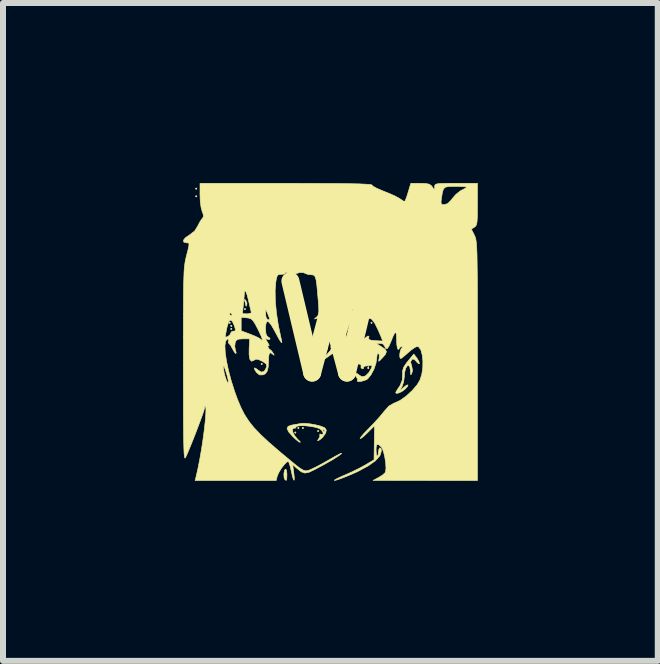
<source format=kicad_pcb>
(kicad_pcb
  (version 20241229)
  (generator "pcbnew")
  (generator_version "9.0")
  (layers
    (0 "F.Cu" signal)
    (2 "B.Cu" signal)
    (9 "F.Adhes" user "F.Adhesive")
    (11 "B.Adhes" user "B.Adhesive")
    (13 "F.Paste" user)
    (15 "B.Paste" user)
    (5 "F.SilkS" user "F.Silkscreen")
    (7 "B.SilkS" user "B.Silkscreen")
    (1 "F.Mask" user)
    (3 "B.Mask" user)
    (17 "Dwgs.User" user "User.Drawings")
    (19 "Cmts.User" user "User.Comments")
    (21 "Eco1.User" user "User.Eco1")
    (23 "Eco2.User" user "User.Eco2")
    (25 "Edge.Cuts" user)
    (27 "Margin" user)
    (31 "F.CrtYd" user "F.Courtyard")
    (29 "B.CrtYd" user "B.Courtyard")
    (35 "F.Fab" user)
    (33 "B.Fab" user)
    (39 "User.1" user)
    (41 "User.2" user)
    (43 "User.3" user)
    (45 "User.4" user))
  (footprint "W"
    (layer "F.Cu")
    (at 2.442 2.469)
    (property "Reference" "W" (at 0 0 0) (layer "F.SilkS") (effects (font (size 1.524 1.524) (thickness 0.3))))
    (attr through_hole)
    (fp_poly (pts (xy -2.21 -2.375) (xy -2.223 -2.362) (xy -2.235 -2.375) (xy -2.223 -2.388) (xy -2.21 -2.375)) (stroke (width 0.01) (type solid)) (fill yes) (layer "F.SilkS"))
    (fp_poly (pts (xy -2.21 -2.248) (xy -2.223 -2.235) (xy -2.235 -2.248) (xy -2.223 -2.261) (xy -2.21 -2.248)) (stroke (width 0.01) (type solid)) (fill yes) (layer "F.SilkS"))
    (fp_poly (pts (xy -1.651 -0.14) (xy -1.664 -0.127) (xy -1.676 -0.14) (xy -1.664 -0.152) (xy -1.651 -0.14)) (stroke (width 0.01) (type solid)) (fill yes) (layer "F.SilkS"))
    (fp_poly (pts (xy -1.626 -0.089) (xy -1.638 -0.076) (xy -1.651 -0.089) (xy -1.638 -0.102) (xy -1.626 -0.089)) (stroke (width 0.01) (type solid)) (fill yes) (layer "F.SilkS"))
    (fp_poly (pts (xy -1.626 -0.038) (xy -1.638 -0.025) (xy -1.651 -0.038) (xy -1.638 -0.051) (xy -1.626 -0.038)) (stroke (width 0.01) (type solid)) (fill yes) (layer "F.SilkS"))
    (fp_poly (pts (xy -1.397 -0.368) (xy -1.41 -0.356) (xy -1.422 -0.368) (xy -1.41 -0.381) (xy -1.397 -0.368)) (stroke (width 0.01) (type solid)) (fill yes) (layer "F.SilkS"))
    (fp_poly (pts (xy -1.118 0.546) (xy -1.13 0.559) (xy -1.143 0.546) (xy -1.13 0.533) (xy -1.118 0.546)) (stroke (width 0.01) (type solid)) (fill yes) (layer "F.SilkS"))
    (fp_poly (pts (xy -0.559 1.689) (xy -0.572 1.702) (xy -0.584 1.689) (xy -0.572 1.676) (xy -0.559 1.689)) (stroke (width 0.01) (type solid)) (fill yes) (layer "F.SilkS"))
    (fp_poly (pts (xy -0.508 1.613) (xy -0.521 1.626) (xy -0.533 1.613) (xy -0.521 1.6) (xy -0.508 1.613)) (stroke (width 0.01) (type solid)) (fill yes) (layer "F.SilkS"))
    (fp_poly (pts (xy -0.432 1.613) (xy -0.445 1.626) (xy -0.457 1.613) (xy -0.445 1.6) (xy -0.432 1.613)) (stroke (width 0.01) (type solid)) (fill yes) (layer "F.SilkS"))
    (fp_poly (pts (xy -0.178 1.664) (xy -0.191 1.676) (xy -0.203 1.664) (xy -0.191 1.651) (xy -0.178 1.664)) (stroke (width 0.01) (type solid)) (fill yes) (layer "F.SilkS"))
    (fp_poly (pts (xy 0.711 -0.14) (xy 0.699 -0.127) (xy 0.686 -0.14) (xy 0.699 -0.152) (xy 0.711 -0.14)) (stroke (width 0.01) (type solid)) (fill yes) (layer "F.SilkS"))
    (fp_poly (pts (xy -0.034 0.288) (xy -0.037 0.303) (xy -0.051 0.305) (xy -0.072 0.296) (xy -0.068 0.288) (xy -0.038 0.285) (xy -0.034 0.288)) (stroke (width 0.01) (type solid)) (fill yes) (layer "F.SilkS"))
    (fp_poly (pts (xy 0.652 0.593) (xy 0.655 0.623) (xy 0.652 0.627) (xy 0.637 0.623) (xy 0.635 0.61) (xy 0.644 0.589) (xy 0.652 0.593)) (stroke (width 0.01) (type solid)) (fill yes) (layer "F.SilkS"))
    (fp_poly (pts (xy -1.401 -0.519) (xy -1.398 -0.517) (xy -1.377 -0.47) (xy -1.379 -0.441) (xy -1.39 -0.415) (xy -1.394 -0.423) (xy -1.405 -0.472) (xy -1.413 -0.5) (xy -1.42 -0.53) (xy -1.401 -0.519)) (stroke (width 0.01) (type solid)) (fill yes) (layer "F.SilkS"))
    (fp_poly (pts (xy 0.013 0.156) (xy -0.038 0.178) (xy -0.097 0.197) (xy -0.127 0.201) (xy -0.152 0.199) (xy -0.133 0.182) (xy -0.127 0.178) (xy -0.069 0.157) (xy -0.038 0.155) (xy 0.013 0.156)) (stroke (width 0.01) (type solid)) (fill yes) (layer "F.SilkS"))
    (fp_poly (pts (xy -0.72 2.31) (xy -0.712 2.364) (xy -0.711 2.386) (xy -0.713 2.457) (xy -0.72 2.485) (xy -0.737 2.48) (xy -0.745 2.472) (xy -0.759 2.432) (xy -0.761 2.372) (xy -0.75 2.318) (xy -0.737 2.299) (xy -0.72 2.31)) (stroke (width 0.01) (type solid)) (fill yes) (layer "F.SilkS"))
    (fp_poly (pts (xy 1.451 0.442) (xy 1.485 0.497) (xy 1.498 0.537) (xy 1.485 0.544) (xy 1.454 0.515) (xy 1.449 0.508) (xy 1.409 0.467) (xy 1.38 0.466) (xy 1.369 0.476) (xy 1.35 0.513) (xy 1.365 0.568) (xy 1.367 0.57) (xy 1.382 0.655) (xy 1.373 0.692) (xy 1.357 0.726) (xy 1.35 0.718) (xy 1.348 0.668) (xy 1.338 0.598) (xy 1.318 0.57) (xy 1.293 0.579) (xy 1.268 0.62) (xy 1.25 0.688) (xy 1.245 0.761) (xy 1.234 0.847) (xy 1.207 0.924) (xy 1.201 0.934) (xy 1.158 1.003) (xy 1.227 0.942) (xy 1.282 0.9) (xy 1.307 0.895) (xy 1.298 0.921) (xy 1.257 0.966) (xy 1.205 1.005) (xy 1.154 1.029) (xy 1.115 1.037) (xy 1.102 1.023) (xy 1.108 1.01) (xy 1.134 0.967) (xy 1.173 0.909) (xy 1.174 0.909) (xy 1.212 0.813) (xy 1.216 0.728) (xy 1.217 0.657) (xy 1.236 0.598) (xy 1.28 0.532) (xy 1.306 0.499) (xy 1.403 0.381) (xy 1.451 0.442)) (stroke (width 0.01) (type solid)) (fill yes) (layer "F.SilkS"))
    (fp_poly (pts (xy -0.325 1.544) (xy -0.23 1.561) (xy -0.145 1.583) (xy -0.088 1.606) (xy -0.078 1.613) (xy -0.055 1.647) (xy -0.062 1.687) (xy -0.077 1.716) (xy -0.121 1.775) (xy -0.164 1.81) (xy -0.199 1.826) (xy -0.195 1.813) (xy -0.182 1.796) (xy -0.161 1.752) (xy -0.164 1.729) (xy -0.161 1.713) (xy -0.141 1.718) (xy -0.108 1.719) (xy -0.109 1.69) (xy -0.138 1.643) (xy -0.154 1.633) (xy -0.123 1.633) (xy -0.117 1.647) (xy -0.091 1.674) (xy -0.076 1.669) (xy -0.076 1.665) (xy -0.094 1.644) (xy -0.106 1.636) (xy -0.123 1.633) (xy -0.154 1.633) (xy -0.177 1.619) (xy -0.246 1.599) (xy -0.33 1.584) (xy -0.418 1.575) (xy -0.494 1.575) (xy -0.545 1.584) (xy -0.559 1.598) (xy -0.572 1.618) (xy -0.582 1.615) (xy -0.609 1.621) (xy -0.618 1.636) (xy -0.613 1.683) (xy -0.579 1.745) (xy -0.528 1.806) (xy -0.509 1.822) (xy -0.487 1.847) (xy -0.492 1.853) (xy -0.521 1.837) (xy -0.572 1.795) (xy -0.613 1.756) (xy -0.682 1.678) (xy -0.708 1.623) (xy -0.691 1.586) (xy -0.631 1.565) (xy -0.616 1.562) (xy -0.54 1.549) (xy -0.479 1.538) (xy -0.474 1.537) (xy -0.412 1.535) (xy -0.325 1.544)) (stroke (width 0.01) (type solid)) (fill yes) (layer "F.SilkS"))
    (fp_poly (pts (xy -0.387 -2.463) (xy -0.099 -2.462) (xy 0.142 -2.461) (xy 0.337 -2.458) (xy 0.489 -2.455) (xy 0.599 -2.45) (xy 0.67 -2.445) (xy 0.702 -2.439) (xy 0.705 -2.436) (xy 0.724 -2.416) (xy 0.781 -2.384) (xy 0.864 -2.348) (xy 0.898 -2.334) (xy 1.001 -2.293) (xy 1.094 -2.251) (xy 1.16 -2.215) (xy 1.169 -2.209) (xy 1.22 -2.175) (xy 1.249 -2.159) (xy 1.251 -2.159) (xy 1.263 -2.181) (xy 1.285 -2.239) (xy 1.308 -2.311) (xy 1.354 -2.464) (xy 1.512 -2.464) (xy 1.604 -2.461) (xy 1.659 -2.45) (xy 1.694 -2.427) (xy 1.71 -2.407) (xy 1.75 -2.349) (xy 1.751 -2.407) (xy 1.753 -2.429) (xy 1.764 -2.445) (xy 1.79 -2.455) (xy 1.841 -2.461) (xy 1.923 -2.463) (xy 2.046 -2.464) (xy 2.108 -2.464) (xy 2.464 -2.464) (xy 2.464 -2.114) (xy 2.463 -1.974) (xy 2.461 -1.876) (xy 2.456 -1.811) (xy 2.446 -1.771) (xy 2.431 -1.747) (xy 2.413 -1.733) (xy 2.362 -1.701) (xy 2.413 -1.601) (xy 2.422 -1.581) (xy 2.43 -1.56) (xy 2.437 -1.532) (xy 2.443 -1.496) (xy 2.448 -1.447) (xy 2.452 -1.382) (xy 2.456 -1.297) (xy 2.458 -1.189) (xy 2.46 -1.055) (xy 2.462 -0.891) (xy 2.463 -0.693) (xy 2.463 -0.459) (xy 2.464 -0.184) (xy 2.464 0.135) (xy 2.464 0.494) (xy 2.464 2.489) (xy 0.724 2.487) (xy 0.82 2.436) (xy 0.884 2.396) (xy 0.925 2.358) (xy 0.931 2.348) (xy 0.94 2.286) (xy 0.935 2.196) (xy 0.92 2.097) (xy 0.898 2.006) (xy 0.872 1.942) (xy 0.861 1.928) (xy 0.814 1.888) (xy 0.787 1.89) (xy 0.776 1.937) (xy 0.775 1.981) (xy 0.779 2.045) (xy 0.789 2.08) (xy 0.794 2.083) (xy 0.808 2.061) (xy 0.813 2.021) (xy 0.822 1.967) (xy 0.838 1.943) (xy 0.857 1.952) (xy 0.864 1.996) (xy 0.839 2.075) (xy 0.764 2.159) (xy 0.641 2.246) (xy 0.472 2.337) (xy 0.397 2.371) (xy 0.285 2.418) (xy 0.188 2.456) (xy 0.116 2.48) (xy 0.082 2.488) (xy 0.084 2.479) (xy 0.125 2.456) (xy 0.197 2.422) (xy 0.241 2.403) (xy 0.359 2.351) (xy 0.482 2.291) (xy 0.584 2.236) (xy 0.593 2.231) (xy 0.741 2.143) (xy 0.745 1.86) (xy 0.749 1.576) (xy 0.629 1.695) (xy 0.569 1.751) (xy 0.525 1.785) (xy 0.508 1.789) (xy 0.508 1.789) (xy 0.525 1.761) (xy 0.57 1.707) (xy 0.636 1.639) (xy 0.662 1.612) (xy 0.748 1.523) (xy 0.833 1.429) (xy 0.899 1.349) (xy 0.905 1.341) (xy 0.988 1.248) (xy 1.071 1.2) (xy 1.083 1.196) (xy 1.174 1.154) (xy 1.277 1.081) (xy 1.377 0.989) (xy 1.46 0.892) (xy 1.506 0.814) (xy 1.537 0.718) (xy 1.553 0.609) (xy 1.555 0.498) (xy 1.544 0.396) (xy 1.522 0.315) (xy 1.488 0.265) (xy 1.461 0.254) (xy 1.422 0.27) (xy 1.362 0.312) (xy 1.311 0.356) (xy 1.249 0.41) (xy 1.203 0.447) (xy 1.185 0.457) (xy 1.171 0.436) (xy 1.169 0.387) (xy 1.178 0.331) (xy 1.195 0.289) (xy 1.199 0.284) (xy 1.217 0.259) (xy 1.199 0.254) (xy 1.17 0.271) (xy 1.168 0.279) (xy 1.149 0.304) (xy 1.143 0.305) (xy 1.13 0.282) (xy 1.12 0.221) (xy 1.118 0.147) (xy 1.115 0.06) (xy 1.104 0.021) (xy 1.085 0.031) (xy 1.056 0.089) (xy 1.028 0.16) (xy 0.989 0.251) (xy 0.958 0.293) (xy 0.934 0.286) (xy 0.922 0.257) (xy 0.891 0.213) (xy 0.842 0.203) (xy 0.775 0.203) (xy 0.854 0.252) (xy 0.923 0.299) (xy 0.948 0.339) (xy 0.931 0.385) (xy 0.888 0.436) (xy 0.84 0.486) (xy 0.82 0.501) (xy 0.819 0.482) (xy 0.826 0.454) (xy 0.829 0.397) (xy 0.815 0.37) (xy 0.795 0.378) (xy 0.787 0.434) (xy 0.787 0.443) (xy 0.773 0.535) (xy 0.738 0.637) (xy 0.688 0.73) (xy 0.634 0.795) (xy 0.626 0.801) (xy 0.583 0.821) (xy 0.531 0.835) (xy 0.485 0.839) (xy 0.461 0.833) (xy 0.466 0.821) (xy 0.464 0.792) (xy 0.443 0.76) (xy 0.42 0.72) (xy 0.427 0.701) (xy 0.461 0.706) (xy 0.483 0.724) (xy 0.537 0.759) (xy 0.597 0.747) (xy 0.654 0.69) (xy 0.661 0.679) (xy 0.699 0.612) (xy 0.708 0.578) (xy 0.688 0.569) (xy 0.667 0.572) (xy 0.609 0.58) (xy 0.589 0.582) (xy 0.567 0.596) (xy 0.569 0.605) (xy 0.562 0.624) (xy 0.547 0.627) (xy 0.523 0.609) (xy 0.525 0.595) (xy 0.523 0.558) (xy 0.488 0.545) (xy 0.435 0.56) (xy 0.42 0.569) (xy 0.381 0.591) (xy 0.361 0.584) (xy 0.348 0.54) (xy 0.343 0.508) (xy 0.336 0.419) (xy 0.342 0.336) (xy 0.344 0.327) (xy 0.361 0.247) (xy 0.263 0.265) (xy 0.19 0.291) (xy 0.1 0.338) (xy 0.033 0.383) (xy -0.054 0.445) (xy -0.104 0.475) (xy -0.116 0.473) (xy -0.091 0.438) (xy -0.041 0.384) (xy 0.015 0.32) (xy 0.03 0.283) (xy 0.021 0.274) (xy 0.021 0.26) (xy 0.06 0.239) (xy 0.084 0.23) (xy 0.148 0.202) (xy 0.169 0.171) (xy 0.168 0.165) (xy 0.233 0.165) (xy 0.25 0.175) (xy 0.302 0.17) (xy 0.333 0.165) (xy 0.405 0.15) (xy 0.455 0.134) (xy 0.465 0.128) (xy 0.468 0.105) (xy 0.532 0.105) (xy 0.535 0.146) (xy 0.559 0.144) (xy 0.593 0.114) (xy 0.636 0.081) (xy 0.657 0.084) (xy 0.652 0.113) (xy 0.655 0.137) (xy 0.693 0.151) (xy 0.757 0.157) (xy 0.828 0.161) (xy 0.875 0.163) (xy 0.883 0.163) (xy 0.877 0.14) (xy 0.854 0.083) (xy 0.819 0.002) (xy 0.81 -0.019) (xy 0.754 -0.132) (xy 0.705 -0.197) (xy 0.679 -0.212) (xy 0.616 -0.216) (xy 0.587 -0.183) (xy 0.584 -0.156) (xy 0.578 -0.108) (xy 0.562 -0.031) (xy 0.55 0.02) (xy 0.532 0.105) (xy 0.468 0.105) (xy 0.47 0.097) (xy 0.467 0.032) (xy 0.458 -0.051) (xy 0.446 -0.136) (xy 0.433 -0.207) (xy 0.42 -0.248) (xy 0.417 -0.252) (xy 0.394 -0.25) (xy 0.365 -0.203) (xy 0.327 -0.109) (xy 0.311 -0.064) (xy 0.281 0.025) (xy 0.254 0.099) (xy 0.24 0.136) (xy 0.233 0.165) (xy 0.168 0.165) (xy 0.167 0.156) (xy 0.156 0.112) (xy 0.136 0.034) (xy 0.113 -0.061) (xy 0.111 -0.071) (xy 0.088 -0.165) (xy 0.069 -0.22) (xy 0.049 -0.245) (xy 0.019 -0.251) (xy -0.011 -0.249) (xy -0.054 -0.241) (xy -0.082 -0.22) (xy -0.104 -0.174) (xy -0.129 -0.091) (xy -0.132 -0.079) (xy -0.162 0.026) (xy -0.184 0.082) (xy -0.196 0.088) (xy -0.198 0.044) (xy -0.191 -0.049) (xy -0.19 -0.058) (xy -0.181 -0.148) (xy -0.181 -0.198) (xy -0.191 -0.217) (xy -0.212 -0.215) (xy -0.219 -0.213) (xy -0.251 -0.203) (xy -0.243 -0.214) (xy -0.218 -0.234) (xy -0.195 -0.258) (xy -0.184 -0.285) (xy -0.067 -0.285) (xy -0.036 -0.285) (xy -0.004 -0.302) (xy 0.016 -0.325) (xy 0.014 -0.334) (xy 0.61 -0.334) (xy 0.626 -0.289) (xy 0.651 -0.279) (xy 0.678 -0.285) (xy 0.667 -0.311) (xy 0.658 -0.324) (xy 0.628 -0.364) (xy 0.617 -0.379) (xy 0.611 -0.366) (xy 0.61 -0.334) (xy 0.014 -0.334) (xy 0.009 -0.356) (xy 0.381 -0.356) (xy 0.39 -0.335) (xy 0.398 -0.339) (xy 0.401 -0.369) (xy 0.398 -0.373) (xy 0.383 -0.369) (xy 0.381 -0.356) (xy 0.009 -0.356) (xy 0.008 -0.364) (xy -0.009 -0.397) (xy -0.036 -0.442) (xy -0.047 -0.445) (xy -0.05 -0.415) (xy -0.058 -0.35) (xy -0.066 -0.32) (xy -0.067 -0.285) (xy -0.184 -0.285) (xy -0.182 -0.291) (xy -0.179 -0.345) (xy -0.183 -0.433) (xy -0.187 -0.485) (xy -0.201 -0.647) (xy -0.212 -0.765) (xy -0.223 -0.846) (xy -0.236 -0.897) (xy -0.253 -0.926) (xy -0.274 -0.937) (xy -0.303 -0.94) (xy -0.304 -0.94) (xy -0.361 -0.946) (xy -0.39 -0.957) (xy -0.436 -0.976) (xy -0.499 -0.978) (xy -0.548 -0.962) (xy -0.549 -0.962) (xy -0.603 -0.946) (xy -0.672 -0.958) (xy -0.705 -0.974) (xy -0.733 -0.978) (xy -0.737 -0.968) (xy -0.758 -0.951) (xy -0.805 -0.948) (xy -0.847 -0.946) (xy -0.871 -0.926) (xy -0.886 -0.876) (xy -0.895 -0.826) (xy -0.907 -0.682) (xy -0.904 -0.503) (xy -0.885 -0.302) (xy -0.853 -0.092) (xy -0.809 0.114) (xy -0.8 0.152) (xy -0.794 0.19) (xy -0.809 0.182) (xy -0.843 0.129) (xy -0.896 0.031) (xy -0.914 -0.003) (xy -0.972 -0.104) (xy -1.016 -0.156) (xy -1.047 -0.159) (xy -1.063 -0.113) (xy -1.067 -0.049) (xy -1.061 0.039) (xy -1.041 0.084) (xy -1.029 0.092) (xy -0.995 0.117) (xy -0.991 0.129) (xy -1.01 0.14) (xy -1.035 0.134) (xy -1.062 0.126) (xy -1.061 0.141) (xy -1.032 0.188) (xy -1.008 0.231) (xy -1.009 0.245) (xy -1.013 0.243) (xy -1.03 0.244) (xy -1.026 0.265) (xy -1.004 0.3) (xy -0.994 0.305) (xy -0.97 0.324) (xy -0.943 0.362) (xy -0.923 0.398) (xy -0.931 0.397) (xy -0.942 0.387) (xy -0.982 0.359) (xy -1.005 0.371) (xy -1.015 0.427) (xy -1.016 0.476) (xy -1.022 0.593) (xy -1.04 0.668) (xy -1.073 0.711) (xy -1.111 0.728) (xy -1.169 0.728) (xy -1.216 0.689) (xy -1.221 0.683) (xy -1.252 0.632) (xy -1.25 0.611) (xy -1.218 0.627) (xy -1.198 0.644) (xy -1.139 0.681) (xy -1.094 0.672) (xy -1.068 0.637) (xy -1.046 0.584) (xy -1.054 0.548) (xy -1.1 0.514) (xy -1.13 0.497) (xy -1.192 0.469) (xy -1.231 0.467) (xy -1.259 0.484) (xy -1.301 0.501) (xy -1.328 0.469) (xy -1.341 0.39) (xy -1.34 0.286) (xy -1.331 0.127) (xy -1.441 0.127) (xy -1.514 0.132) (xy -1.554 0.151) (xy -1.572 0.184) (xy -1.58 0.254) (xy -1.571 0.302) (xy -1.556 0.358) (xy -1.563 0.373) (xy -1.587 0.348) (xy -1.617 0.295) (xy -1.649 0.237) (xy -1.675 0.205) (xy -1.68 0.203) (xy -1.69 0.184) (xy -1.684 0.162) (xy -1.683 0.131) (xy -1.704 0.132) (xy -1.732 0.167) (xy -1.744 0.242) (xy -1.739 0.353) (xy -1.719 0.49) (xy -1.686 0.649) (xy -1.64 0.823) (xy -1.582 1.005) (xy -1.535 1.134) (xy -1.479 1.268) (xy -1.419 1.386) (xy -1.348 1.496) (xy -1.261 1.606) (xy -1.151 1.721) (xy -1.013 1.85) (xy -0.842 1.998) (xy -0.775 2.054) (xy -0.649 2.159) (xy -0.556 2.235) (xy -0.489 2.286) (xy -0.439 2.315) (xy -0.401 2.327) (xy -0.367 2.324) (xy -0.33 2.311) (xy -0.298 2.297) (xy -0.223 2.261) (xy -0.125 2.209) (xy -0.022 2.151) (xy -0.004 2.141) (xy 0.095 2.084) (xy 0.164 2.048) (xy 0.199 2.033) (xy 0.198 2.041) (xy 0.156 2.073) (xy 0.152 2.076) (xy 0.054 2.139) (xy -0.09 2.221) (xy -0.255 2.309) (xy -0.345 2.352) (xy -0.41 2.364) (xy -0.469 2.345) (xy -0.538 2.291) (xy -0.555 2.276) (xy -0.615 2.223) (xy -0.597 2.356) (xy -0.588 2.443) (xy -0.59 2.483) (xy -0.601 2.475) (xy -0.618 2.421) (xy -0.637 2.336) (xy -0.656 2.254) (xy -0.675 2.193) (xy -0.687 2.171) (xy -0.714 2.181) (xy -0.755 2.223) (xy -0.802 2.283) (xy -0.843 2.35) (xy -0.87 2.409) (xy -0.873 2.419) (xy -0.89 2.489) (xy -2.241 2.489) (xy -2.223 2.419) (xy -2.193 2.286) (xy -2.163 2.134) (xy -2.135 1.973) (xy -2.11 1.809) (xy -2.089 1.652) (xy -2.073 1.51) (xy -2.063 1.391) (xy -2.06 1.303) (xy -2.066 1.255) (xy -2.069 1.25) (xy -2.081 1.258) (xy -2.083 1.278) (xy -2.092 1.315) (xy -2.116 1.388) (xy -2.153 1.489) (xy -2.197 1.607) (xy -2.245 1.732) (xy -2.294 1.855) (xy -2.339 1.965) (xy -2.376 2.053) (xy -2.402 2.108) (xy -2.409 2.115) (xy -2.415 2.106) (xy -2.42 2.076) (xy -2.425 2.024) (xy -2.428 1.946) (xy -2.431 1.838) (xy -2.433 1.698) (xy -2.435 1.521) (xy -2.436 1.306) (xy -2.436 1.047) (xy -2.437 0.743) (xy -2.437 0.571) (xy -1.772 0.571) (xy -1.768 0.619) (xy -1.768 0.622) (xy -1.756 0.695) (xy -1.737 0.766) (xy -1.717 0.824) (xy -1.698 0.855) (xy -1.686 0.851) (xy -1.689 0.815) (xy -1.705 0.747) (xy -1.727 0.673) (xy -1.754 0.595) (xy -1.768 0.562) (xy -1.772 0.571) (xy -2.437 0.571) (xy -2.437 0.559) (xy -2.437 0.231) (xy -2.437 0.102) (xy -1.737 0.102) (xy -1.712 0.094) (xy -1.691 0.086) (xy -1.656 0.055) (xy -1.651 0.035) (xy -1.63 0.006) (xy -1.603 0) (xy -1.574 -0.004) (xy -1.574 -0.006) (xy -1.473 -0.006) (xy -1.32 0.051) (xy -1.239 0.084) (xy -1.179 0.113) (xy -1.154 0.13) (xy -1.124 0.152) (xy -1.12 0.152) (xy -1.121 0.132) (xy -1.142 0.077) (xy -1.179 -0.002) (xy -1.193 -0.031) (xy -1.241 -0.122) (xy -1.277 -0.177) (xy -1.31 -0.207) (xy -1.35 -0.219) (xy -1.38 -0.223) (xy -1.473 -0.232) (xy -1.473 -0.006) (xy -1.574 -0.006) (xy -1.568 -0.027) (xy -1.583 -0.08) (xy -1.588 -0.095) (xy -1.621 -0.166) (xy -1.652 -0.186) (xy -1.681 -0.156) (xy -1.707 -0.076) (xy -1.714 -0.044) (xy -1.729 0.033) (xy -1.737 0.086) (xy -1.737 0.102) (xy -2.437 0.102) (xy -2.437 -0.05) (xy -2.436 -0.289) (xy -2.436 -0.289) (xy -1.668 -0.289) (xy -1.664 -0.279) (xy -1.641 -0.255) (xy -1.637 -0.254) (xy -1.626 -0.274) (xy -1.626 -0.279) (xy -1.632 -0.288) (xy -1.066 -0.288) (xy -1.058 -0.229) (xy -1.036 -0.197) (xy -1.035 -0.196) (xy -1.005 -0.189) (xy -0.999 -0.206) (xy -1.016 -0.255) (xy -1.027 -0.282) (xy -1.065 -0.368) (xy -1.066 -0.288) (xy -1.632 -0.288) (xy -1.636 -0.292) (xy -1.452 -0.292) (xy -1.372 -0.289) (xy -1.317 -0.295) (xy -1.303 -0.315) (xy -1.304 -0.315) (xy -1.314 -0.353) (xy -1.331 -0.425) (xy -1.347 -0.495) (xy -1.371 -0.594) (xy -1.393 -0.655) (xy -1.409 -0.675) (xy -1.419 -0.649) (xy -1.42 -0.631) (xy -1.424 -0.572) (xy -1.432 -0.486) (xy -1.437 -0.432) (xy -1.452 -0.292) (xy -1.636 -0.292) (xy -1.645 -0.304) (xy -1.653 -0.305) (xy -1.668 -0.289) (xy -2.436 -0.289) (xy -2.435 -0.489) (xy -2.434 -0.655) (xy -2.432 -0.791) (xy -2.428 -0.901) (xy -2.425 -0.989) (xy -2.42 -1.059) (xy -2.413 -1.116) (xy -2.406 -1.163) (xy -2.397 -1.205) (xy -2.388 -1.245) (xy -2.36 -1.352) (xy -2.345 -1.419) (xy -2.342 -1.455) (xy -2.352 -1.47) (xy -2.374 -1.473) (xy -2.388 -1.473) (xy -2.431 -1.486) (xy -2.434 -1.517) (xy -2.402 -1.558) (xy -2.342 -1.598) (xy -2.247 -1.671) (xy -2.198 -1.751) (xy -2.162 -1.821) (xy -2.128 -1.871) (xy -2.119 -1.881) (xy -2.101 -1.91) (xy -2.108 -1.955) (xy -2.123 -1.995) (xy -2.142 -2.067) (xy -2.153 -2.155) (xy 1.857 -2.155) (xy 1.862 -2.12) (xy 1.886 -2.109) (xy 1.911 -2.108) (xy 1.969 -2.127) (xy 2.028 -2.186) (xy 2.043 -2.208) (xy 2.105 -2.279) (xy 2.177 -2.336) (xy 2.199 -2.349) (xy 2.255 -2.378) (xy 2.285 -2.399) (xy 2.286 -2.401) (xy 2.263 -2.407) (xy 2.201 -2.411) (xy 2.114 -2.413) (xy 2.098 -2.413) (xy 1.997 -2.412) (xy 1.935 -2.402) (xy 1.9 -2.374) (xy 1.881 -2.318) (xy 1.866 -2.226) (xy 1.857 -2.155) (xy -2.153 -2.155) (xy -2.155 -2.169) (xy -2.159 -2.272) (xy -2.159 -2.464) (xy -0.724 -2.464) (xy -0.387 -2.463)) (stroke (width 0.01) (type solid)) (fill yes) (layer "F.SilkS")))
  (gr_rect
    (start -3 -3)
    (end 7.911 7.963)
    (stroke (width 0.1) (type default))
    (fill no)
    (layer "Edge.Cuts")))
</source>
